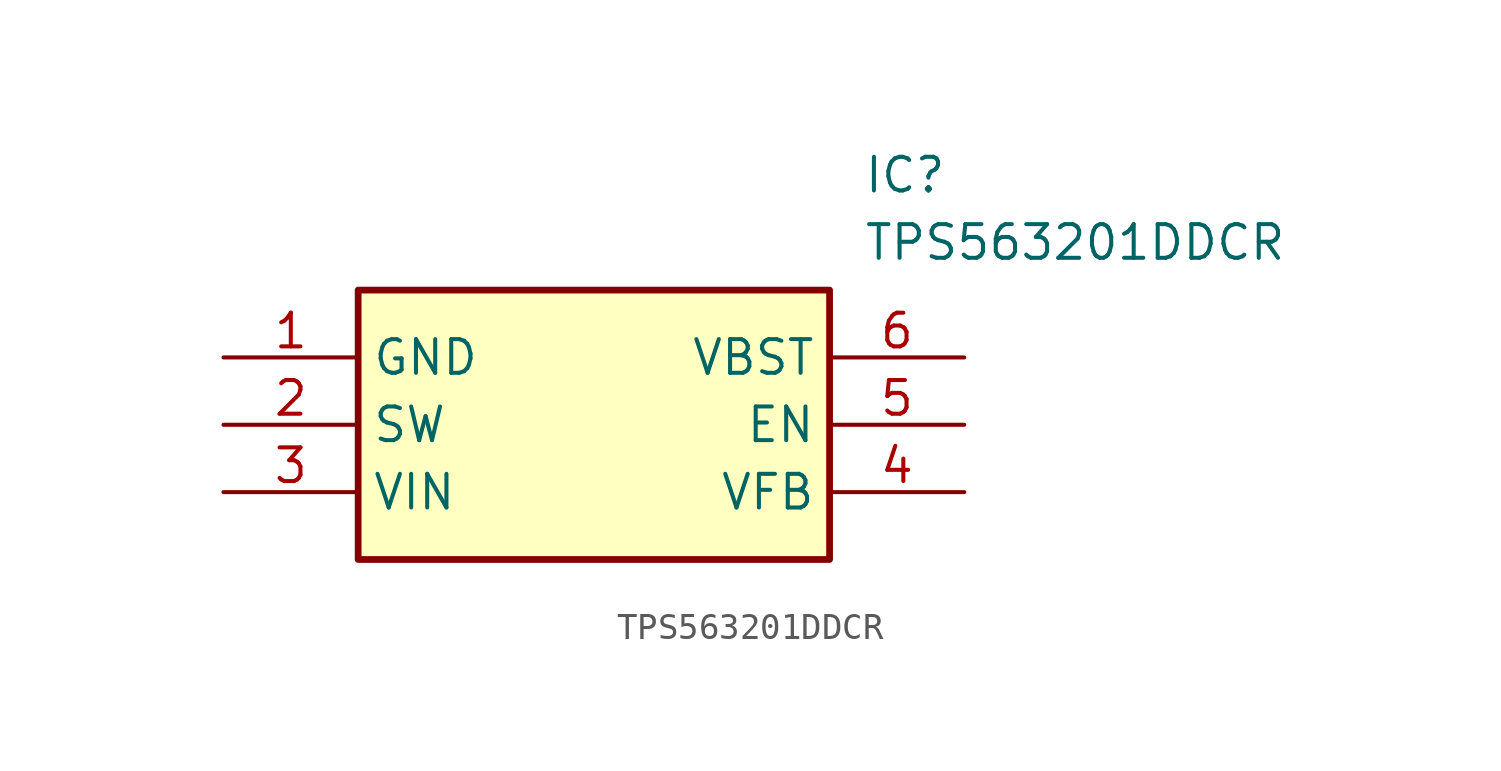
<source format=kicad_sym>
(kicad_symbol_lib
  (version 20211014)
  (generator SamacSys_ECAD_Model)
  (symbol "TPS563201DDCR"
    (property "Reference" "IC"
      (at 24.13 7.62 0)
      (effects (font (size 1.27 1.27)) (justify left top)))
    (property "Value" "TPS563201DDCR"
      (at 24.13 5.08 0)
      (effects (font (size 1.27 1.27)) (justify left top)))
    (rectangle
      (start 5.08 2.54)
      (end 22.86 -7.62)
      (stroke (width 0.254) (type default))
      (fill (type background)))
    (pin passive line
      (at 0 0 0)
      (length 5.08)
      (name "GND" (effects (font (size 1.27 1.27))))
      (number "1" (effects (font (size 1.27 1.27)))))
    (pin passive line
      (at 0 -2.54 0)
      (length 5.08)
      (name "SW" (effects (font (size 1.27 1.27))))
      (number "2" (effects (font (size 1.27 1.27)))))
    (pin passive line
      (at 0 -5.08 0)
      (length 5.08)
      (name "VIN" (effects (font (size 1.27 1.27))))
      (number "3" (effects (font (size 1.27 1.27)))))
    (pin passive line
      (at 27.94 0 180)
      (length 5.08)
      (name "VBST" (effects (font (size 1.27 1.27))))
      (number "6" (effects (font (size 1.27 1.27)))))
    (pin passive line
      (at 27.94 -2.54 180)
      (length 5.08)
      (name "EN" (effects (font (size 1.27 1.27))))
      (number "5" (effects (font (size 1.27 1.27)))))
    (pin passive line
      (at 27.94 -5.08 180)
      (length 5.08)
      (name "VFB" (effects (font (size 1.27 1.27))))
      (number "4" (effects (font (size 1.27 1.27)))))))
</source>
